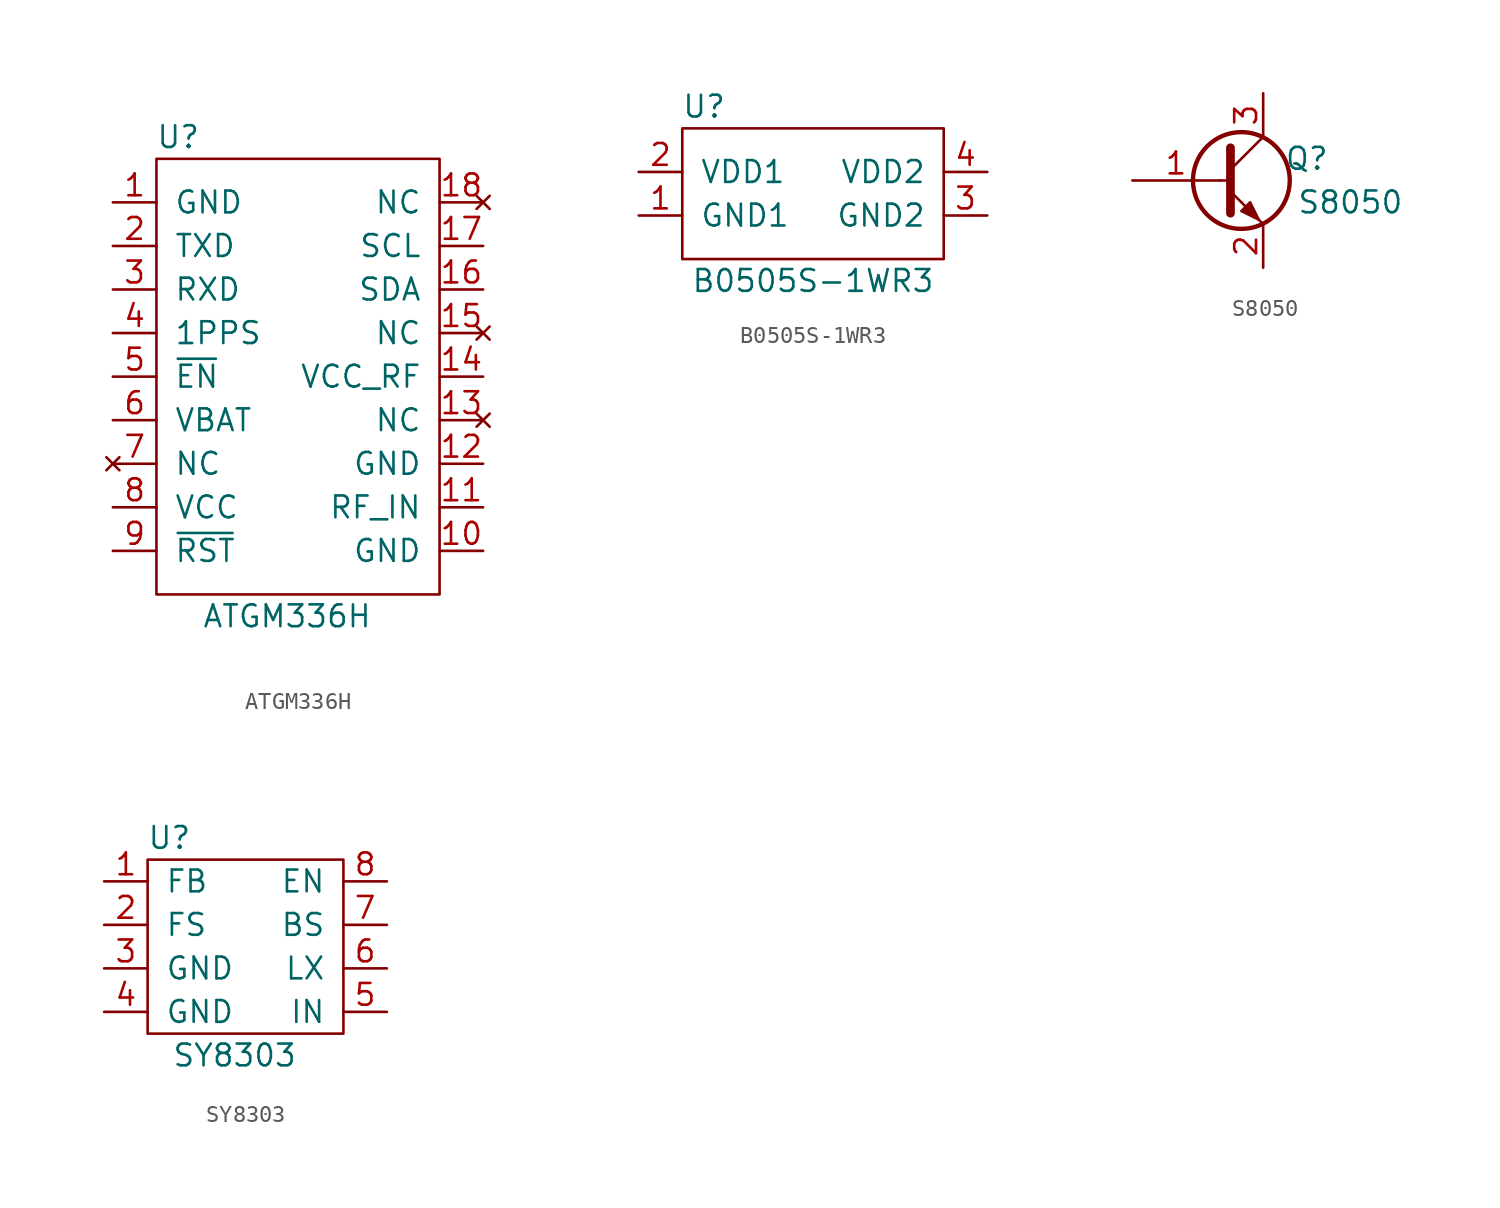
<source format=kicad_sym>
(kicad_symbol_lib
  (version 20211014)
  (generator kicad_symbol_editor)
  (symbol "ATGM336H"
    (pin_names
      (offset 1.016))
    (property "Reference" "U"
      (at 3.81 26.67 0)
      (effects (font (size 1.27 1.27))))
    (property "Value" "ATGM336H"
      (at 10.16 -1.27 0)
      (effects (font (size 1.27 1.27))))
    (symbol "ATGM336H_0_1"
      (rectangle (start 19.05 0) (end 2.54 25.4) (stroke (width 0) (type default) (color 0 0 0 0)) (fill (type none))))
    (symbol "ATGM336H_1_1"
      (pin power_in line (at 0 22.86 0) (length 2.54) (name "GND" (effects (font (size 1.27 1.27)))) (number "1" (effects (font (size 1.27 1.27)))))
      (pin power_in line (at 21.59 2.54 180) (length 2.54) (name "GND" (effects (font (size 1.27 1.27)))) (number "10" (effects (font (size 1.27 1.27)))))
      (pin input line (at 21.59 5.08 180) (length 2.54) (name "RF_IN" (effects (font (size 1.27 1.27)))) (number "11" (effects (font (size 1.27 1.27)))))
      (pin power_in line (at 21.59 7.62 180) (length 2.54) (name "GND" (effects (font (size 1.27 1.27)))) (number "12" (effects (font (size 1.27 1.27)))))
      (pin no_connect line (at 21.59 10.16 180) (length 2.54) (name "NC" (effects (font (size 1.27 1.27)))) (number "13" (effects (font (size 1.27 1.27)))))
      (pin power_out line (at 21.59 12.7 180) (length 2.54) (name "VCC_RF" (effects (font (size 1.27 1.27)))) (number "14" (effects (font (size 1.27 1.27)))))
      (pin no_connect line (at 21.59 15.24 180) (length 2.54) (name "NC" (effects (font (size 1.27 1.27)))) (number "15" (effects (font (size 1.27 1.27)))))
      (pin bidirectional line (at 21.59 17.78 180) (length 2.54) (name "SDA" (effects (font (size 1.27 1.27)))) (number "16" (effects (font (size 1.27 1.27)))))
      (pin output line (at 21.59 20.32 180) (length 2.54) (name "SCL" (effects (font (size 1.27 1.27)))) (number "17" (effects (font (size 1.27 1.27)))))
      (pin no_connect line (at 21.59 22.86 180) (length 2.54) (name "NC" (effects (font (size 1.27 1.27)))) (number "18" (effects (font (size 1.27 1.27)))))
      (pin output line (at 0 20.32 0) (length 2.54) (name "TXD" (effects (font (size 1.27 1.27)))) (number "2" (effects (font (size 1.27 1.27)))))
      (pin input line (at 0 17.78 0) (length 2.54) (name "RXD" (effects (font (size 1.27 1.27)))) (number "3" (effects (font (size 1.27 1.27)))))
      (pin output line (at 0 15.24 0) (length 2.54) (name "1PPS" (effects (font (size 1.27 1.27)))) (number "4" (effects (font (size 1.27 1.27)))))
      (pin input line (at 0 12.7 0) (length 2.54) (name "~{EN}" (effects (font (size 1.27 1.27)))) (number "5" (effects (font (size 1.27 1.27)))))
      (pin power_in line (at 0 10.16 0) (length 2.54) (name "VBAT" (effects (font (size 1.27 1.27)))) (number "6" (effects (font (size 1.27 1.27)))))
      (pin no_connect line (at 0 7.62 0) (length 2.54) (name "NC" (effects (font (size 1.27 1.27)))) (number "7" (effects (font (size 1.27 1.27)))))
      (pin power_in line (at 0 5.08 0) (length 2.54) (name "VCC" (effects (font (size 1.27 1.27)))) (number "8" (effects (font (size 1.27 1.27)))))
      (pin input line (at 0 2.54 0) (length 2.54) (name "~{RST}" (effects (font (size 1.27 1.27)))) (number "9" (effects (font (size 1.27 1.27)))))))
  (symbol "B0505S-1WR3"
    (pin_names
      (offset 1.016))
    (property "Reference" "U"
      (at 1.27 8.89 0)
      (effects (font (size 1.27 1.27))))
    (property "Value" "B0505S-1WR3"
      (at 7.62 -1.27 0)
      (effects (font (size 1.27 1.27))))
    (symbol "B0505S-1WR3_0_1"
      (rectangle (start 0 7.62) (end 15.24 0) (stroke (width 0) (type default) (color 0 0 0 0)) (fill (type none))))
    (symbol "B0505S-1WR3_1_1"
      (pin power_in line (at -2.54 2.54 0) (length 2.54) (name "GND1" (effects (font (size 1.27 1.27)))) (number "1" (effects (font (size 1.27 1.27)))))
      (pin power_in line (at -2.54 5.08 0) (length 2.54) (name "VDD1" (effects (font (size 1.27 1.27)))) (number "2" (effects (font (size 1.27 1.27)))))
      (pin power_out line (at 17.78 2.54 180) (length 2.54) (name "GND2" (effects (font (size 1.27 1.27)))) (number "3" (effects (font (size 1.27 1.27)))))
      (pin power_out line (at 17.78 5.08 180) (length 2.54) (name "VDD2" (effects (font (size 1.27 1.27)))) (number "4" (effects (font (size 1.27 1.27)))))))
  (symbol "S8050"
    (pin_names
      (offset 1.016) hide)
    (property "Reference" "Q"
      (at 10.16 6.35 0)
      (effects (font (size 1.27 1.27))))
    (property "Value" "S8050"
      (at 12.7 3.81 0)
      (effects (font (size 1.27 1.27))))
    (symbol "S8050_1_1"
      (polyline (pts (xy 5.08 5.08) (xy 5.715 5.08)) (stroke (width 0) (type default) (color 0 0 0 0)) (fill (type none)))
      (polyline (pts (xy 5.715 5.715) (xy 7.62 7.62)) (stroke (width 0) (type default) (color 0 0 0 0)) (fill (type none)))
      (polyline (pts (xy 5.715 4.445) (xy 7.62 2.54) (xy 7.62 2.54)) (stroke (width 0) (type default) (color 0 0 0 0)) (fill (type none)))
      (polyline (pts (xy 5.715 6.985) (xy 5.715 3.175) (xy 5.715 3.175)) (stroke (width 0.508) (type default) (color 0 0 0 0)) (fill (type none)))
      (polyline (pts (xy 6.35 3.302) (xy 6.858 3.81) (xy 7.366 2.794) (xy 6.35 3.302) (xy 6.35 3.302)) (stroke (width 0) (type default) (color 0 0 0 0)) (fill (type outline)))
      (circle (center 6.35 5.08) (radius 2.819) (stroke (width 0.254) (type default) (color 0 0 0 0)) (fill (type none)))
      (pin input line (at 0 5.08 0) (length 5.08) (name "B" (effects (font (size 1.27 1.27)))) (number "1" (effects (font (size 1.27 1.27)))))
      (pin passive line (at 7.62 0 90) (length 2.54) (name "E" (effects (font (size 1.27 1.27)))) (number "2" (effects (font (size 1.27 1.27)))))
      (pin passive line (at 7.62 10.16 270) (length 2.54) (name "C" (effects (font (size 1.27 1.27)))) (number "3" (effects (font (size 1.27 1.27)))))))
  (symbol "SY8303"
    (pin_names
      (offset 1.016))
    (property "Reference" "U"
      (at 1.27 11.43 0)
      (effects (font (size 1.27 1.27))))
    (property "Value" "SY8303"
      (at 5.08 -1.27 0)
      (effects (font (size 1.27 1.27))))
    (symbol "SY8303_0_1"
      (rectangle (start 0 10.16) (end 11.43 0) (stroke (width 0) (type default) (color 0 0 0 0)) (fill (type none))))
    (symbol "SY8303_1_1"
      (pin input line (at -2.54 8.89 0) (length 2.54) (name "FB" (effects (font (size 1.27 1.27)))) (number "1" (effects (font (size 1.27 1.27)))))
      (pin output line (at -2.54 6.35 0) (length 2.54) (name "FS" (effects (font (size 1.27 1.27)))) (number "2" (effects (font (size 1.27 1.27)))))
      (pin power_in line (at -2.54 3.81 0) (length 2.54) (name "GND" (effects (font (size 1.27 1.27)))) (number "3" (effects (font (size 1.27 1.27)))))
      (pin power_in line (at -2.54 1.27 0) (length 2.54) (name "GND" (effects (font (size 1.27 1.27)))) (number "4" (effects (font (size 1.27 1.27)))))
      (pin power_in line (at 13.97 1.27 180) (length 2.54) (name "IN" (effects (font (size 1.27 1.27)))) (number "5" (effects (font (size 1.27 1.27)))))
      (pin output line (at 13.97 3.81 180) (length 2.54) (name "LX" (effects (font (size 1.27 1.27)))) (number "6" (effects (font (size 1.27 1.27)))))
      (pin input line (at 13.97 6.35 180) (length 2.54) (name "BS" (effects (font (size 1.27 1.27)))) (number "7" (effects (font (size 1.27 1.27)))))
      (pin input line (at 13.97 8.89 180) (length 2.54) (name "EN" (effects (font (size 1.27 1.27)))) (number "8" (effects (font (size 1.27 1.27))))))))
</source>
